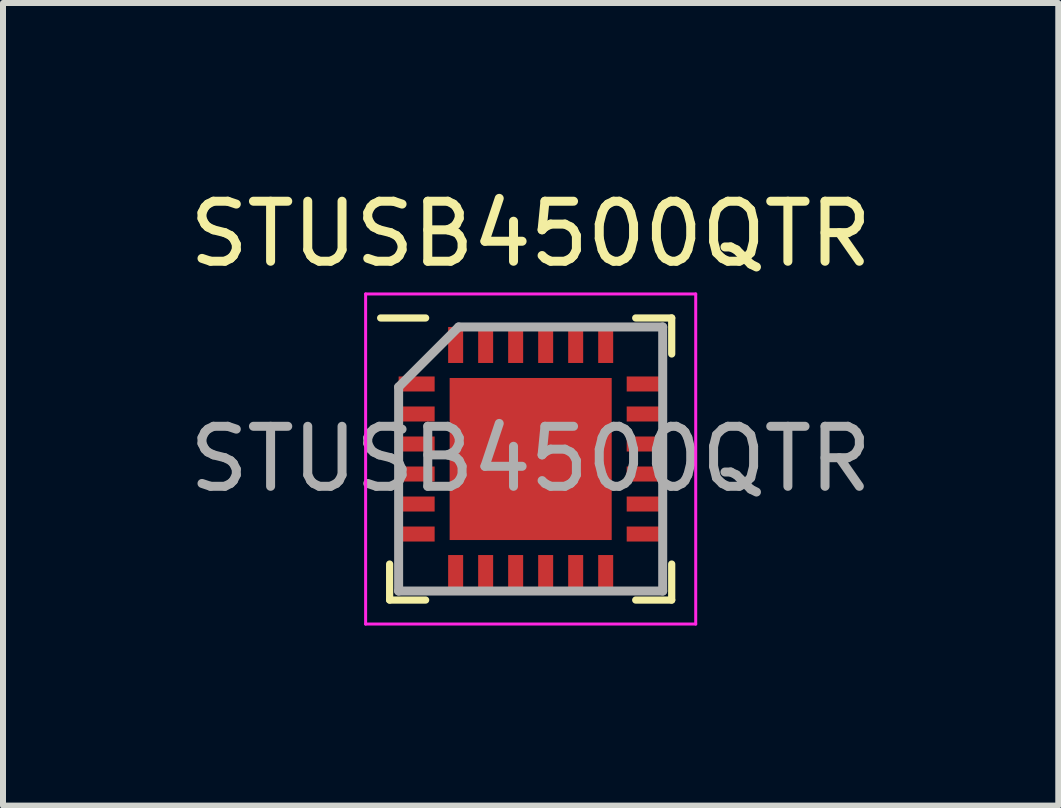
<source format=kicad_pcb>
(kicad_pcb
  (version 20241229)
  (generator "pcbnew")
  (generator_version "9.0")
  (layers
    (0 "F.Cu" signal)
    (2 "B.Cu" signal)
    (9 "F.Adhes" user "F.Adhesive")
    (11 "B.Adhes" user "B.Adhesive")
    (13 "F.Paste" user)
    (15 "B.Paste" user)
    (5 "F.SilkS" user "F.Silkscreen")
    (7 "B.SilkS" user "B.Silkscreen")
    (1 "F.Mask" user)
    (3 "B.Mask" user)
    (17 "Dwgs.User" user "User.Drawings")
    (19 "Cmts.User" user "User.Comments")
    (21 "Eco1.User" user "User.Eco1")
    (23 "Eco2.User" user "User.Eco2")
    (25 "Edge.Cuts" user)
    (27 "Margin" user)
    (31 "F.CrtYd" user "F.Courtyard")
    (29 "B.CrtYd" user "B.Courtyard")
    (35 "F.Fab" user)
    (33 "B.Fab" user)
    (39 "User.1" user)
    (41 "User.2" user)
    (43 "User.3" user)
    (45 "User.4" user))
  (footprint "STUSB4500QTR"
    (layer "F.Cu")
    (at 5.792 4.598)
    (property "Reference" "STUSB4500QTR" (at 0 -3.75 0) (layer "F.SilkS") (effects (font (size 1 1) (thickness 0.15))))
    (attr smd)
    (fp_line (start -2.35 2.35) (end -2.35 1.75) (stroke (width 0.12) (type default)) (layer "F.SilkS"))
    (fp_line (start -1.75 -2.35) (end -2.5 -2.35) (stroke (width 0.12) (type default)) (layer "F.SilkS"))
    (fp_line (start -1.75 2.35) (end -2.35 2.35) (stroke (width 0.12) (type default)) (layer "F.SilkS"))
    (fp_line (start 1.75 -2.35) (end 2.35 -2.35) (stroke (width 0.12) (type default)) (layer "F.SilkS"))
    (fp_line (start 1.75 2.35) (end 2.35 2.35) (stroke (width 0.12) (type default)) (layer "F.SilkS"))
    (fp_line (start 2.35 -2.35) (end 2.35 -1.75) (stroke (width 0.12) (type default)) (layer "F.SilkS"))
    (fp_line (start 2.35 2.35) (end 2.35 1.75) (stroke (width 0.12) (type default)) (layer "F.SilkS"))
    (fp_line (start -2.75 -2.75) (end 2.75 -2.75) (stroke (width 0.05) (type default)) (layer "F.CrtYd"))
    (fp_line (start -2.75 2.75) (end -2.75 -2.75) (stroke (width 0.05) (type default)) (layer "F.CrtYd"))
    (fp_line (start 2.75 -2.75) (end 2.75 2.75) (stroke (width 0.05) (type default)) (layer "F.CrtYd"))
    (fp_line (start 2.75 2.75) (end -2.75 2.75) (stroke (width 0.05) (type default)) (layer "F.CrtYd"))
    (fp_line (start -2.2 -1.2) (end -2.2 2.2) (stroke (width 0.15) (type default)) (layer "F.Fab"))
    (fp_line (start -2.2 2.2) (end 2.2 2.2) (stroke (width 0.15) (type default)) (layer "F.Fab"))
    (fp_line (start -1.2 -2.2) (end -2.2 -1.2) (stroke (width 0.15) (type default)) (layer "F.Fab"))
    (fp_line (start 2.2 -2.2) (end -1.2 -2.2) (stroke (width 0.15) (type default)) (layer "F.Fab"))
    (fp_line (start 2.2 2.2) (end 2.2 -2.2) (stroke (width 0.15) (type default)) (layer "F.Fab"))
    (fp_text user "${REFERENCE}" (at 0 0 0) (layer "F.Fab") (effects (font (size 1 1) (thickness 0.15))))
    (pad "" smd rect (at -1.012 -1.012) (size 0.000001 0.000001) (layers "F.Paste"))
    (pad "" smd rect (at -1.012 -0.338) (size 0.000001 0.000001) (layers "F.Paste"))
    (pad "" smd rect (at -1.012 0.338) (size 0.000001 0.000001) (layers "F.Paste"))
    (pad "" smd rect (at -1.012 1.012) (size 0.000001 0.000001) (layers "F.Paste"))
    (pad "" smd rect (at -0.338 -1.012) (size 0.000001 0.000001) (layers "F.Paste"))
    (pad "" smd rect (at -0.338 -0.338) (size 0.000001 0.000001) (layers "F.Paste"))
    (pad "" smd rect (at -0.338 0.338) (size 0.000001 0.000001) (layers "F.Paste"))
    (pad "" smd rect (at -0.338 1.012) (size 0.000001 0.000001) (layers "F.Paste"))
    (pad "" smd rect (at 0.338 -1.012) (size 0.000001 0.000001) (layers "F.Paste"))
    (pad "" smd rect (at 0.338 -0.338) (size 0.000001 0.000001) (layers "F.Paste"))
    (pad "" smd rect (at 0.338 0.338) (size 0.000001 0.000001) (layers "F.Paste"))
    (pad "" smd rect (at 0.338 1.012) (size 0.000001 0.000001) (layers "F.Paste"))
    (pad "" smd rect (at 1.012 -1.012) (size 0.000001 0.000001) (layers "F.Paste"))
    (pad "" smd rect (at 1.012 -0.338) (size 0.000001 0.000001) (layers "F.Paste"))
    (pad "" smd rect (at 1.012 0.338) (size 0.000001 0.000001) (layers "F.Paste"))
    (pad "" smd rect (at 1.012 1.012) (size 0.000001 0.000001) (layers "F.Paste"))
    (pad "1" smd rect (at -1.9 -1.25 90) (size 0.25 0.6) (layers "F.Cu" "F.Mask" "F.Paste"))
    (pad "2" smd rect (at -1.9 -0.75 90) (size 0.25 0.6) (layers "F.Cu" "F.Mask" "F.Paste"))
    (pad "3" smd rect (at -1.9 -0.25 90) (size 0.25 0.6) (layers "F.Cu" "F.Mask" "F.Paste"))
    (pad "4" smd rect (at -1.9 0.25 90) (size 0.25 0.6) (layers "F.Cu" "F.Mask" "F.Paste"))
    (pad "5" smd rect (at -1.9 0.75 90) (size 0.25 0.6) (layers "F.Cu" "F.Mask" "F.Paste"))
    (pad "6" smd rect (at -1.9 1.25 90) (size 0.25 0.6) (layers "F.Cu" "F.Mask" "F.Paste"))
    (pad "7" smd rect (at -1.25 1.9) (size 0.25 0.6) (layers "F.Cu" "F.Mask" "F.Paste"))
    (pad "8" smd rect (at -0.75 1.9) (size 0.25 0.6) (layers "F.Cu" "F.Mask" "F.Paste"))
    (pad "9" smd rect (at -0.25 1.9) (size 0.25 0.6) (layers "F.Cu" "F.Mask" "F.Paste"))
    (pad "10" smd rect (at 0.25 1.9) (size 0.25 0.6) (layers "F.Cu" "F.Mask" "F.Paste"))
    (pad "11" smd rect (at 0.75 1.9) (size 0.25 0.6) (layers "F.Cu" "F.Mask" "F.Paste"))
    (pad "12" smd rect (at 1.25 1.9) (size 0.25 0.6) (layers "F.Cu" "F.Mask" "F.Paste"))
    (pad "13" smd rect (at 1.9 1.25 90) (size 0.25 0.6) (layers "F.Cu" "F.Mask" "F.Paste"))
    (pad "14" smd rect (at 1.9 0.75 90) (size 0.25 0.6) (layers "F.Cu" "F.Mask" "F.Paste"))
    (pad "15" smd rect (at 1.9 0.25 90) (size 0.25 0.6) (layers "F.Cu" "F.Mask" "F.Paste"))
    (pad "16" smd rect (at 1.9 -0.25 90) (size 0.25 0.6) (layers "F.Cu" "F.Mask" "F.Paste"))
    (pad "17" smd rect (at 1.9 -0.75 90) (size 0.25 0.6) (layers "F.Cu" "F.Mask" "F.Paste"))
    (pad "18" smd rect (at 1.9 -1.25 90) (size 0.25 0.6) (layers "F.Cu" "F.Mask" "F.Paste"))
    (pad "19" smd rect (at 1.25 -1.9) (size 0.25 0.6) (layers "F.Cu" "F.Mask" "F.Paste"))
    (pad "20" smd rect (at 0.75 -1.9) (size 0.25 0.6) (layers "F.Cu" "F.Mask" "F.Paste"))
    (pad "21" smd rect (at 0.25 -1.9) (size 0.25 0.6) (layers "F.Cu" "F.Mask" "F.Paste"))
    (pad "22" smd rect (at -0.25 -1.9) (size 0.25 0.6) (layers "F.Cu" "F.Mask" "F.Paste"))
    (pad "23" smd rect (at -0.75 -1.9) (size 0.25 0.6) (layers "F.Cu" "F.Mask" "F.Paste"))
    (pad "24" smd rect (at -1.25 -1.9) (size 0.25 0.6) (layers "F.Cu" "F.Mask" "F.Paste"))
    (pad "25" smd rect (at 0 0) (size 2.7 2.7) (layers "F.Cu" "F.Mask")))
  (gr_rect
    (start -3 -3)
    (end 14.583 10.373)
    (stroke (width 0.1) (type default))
    (fill no)
    (layer "Edge.Cuts")))
</source>
